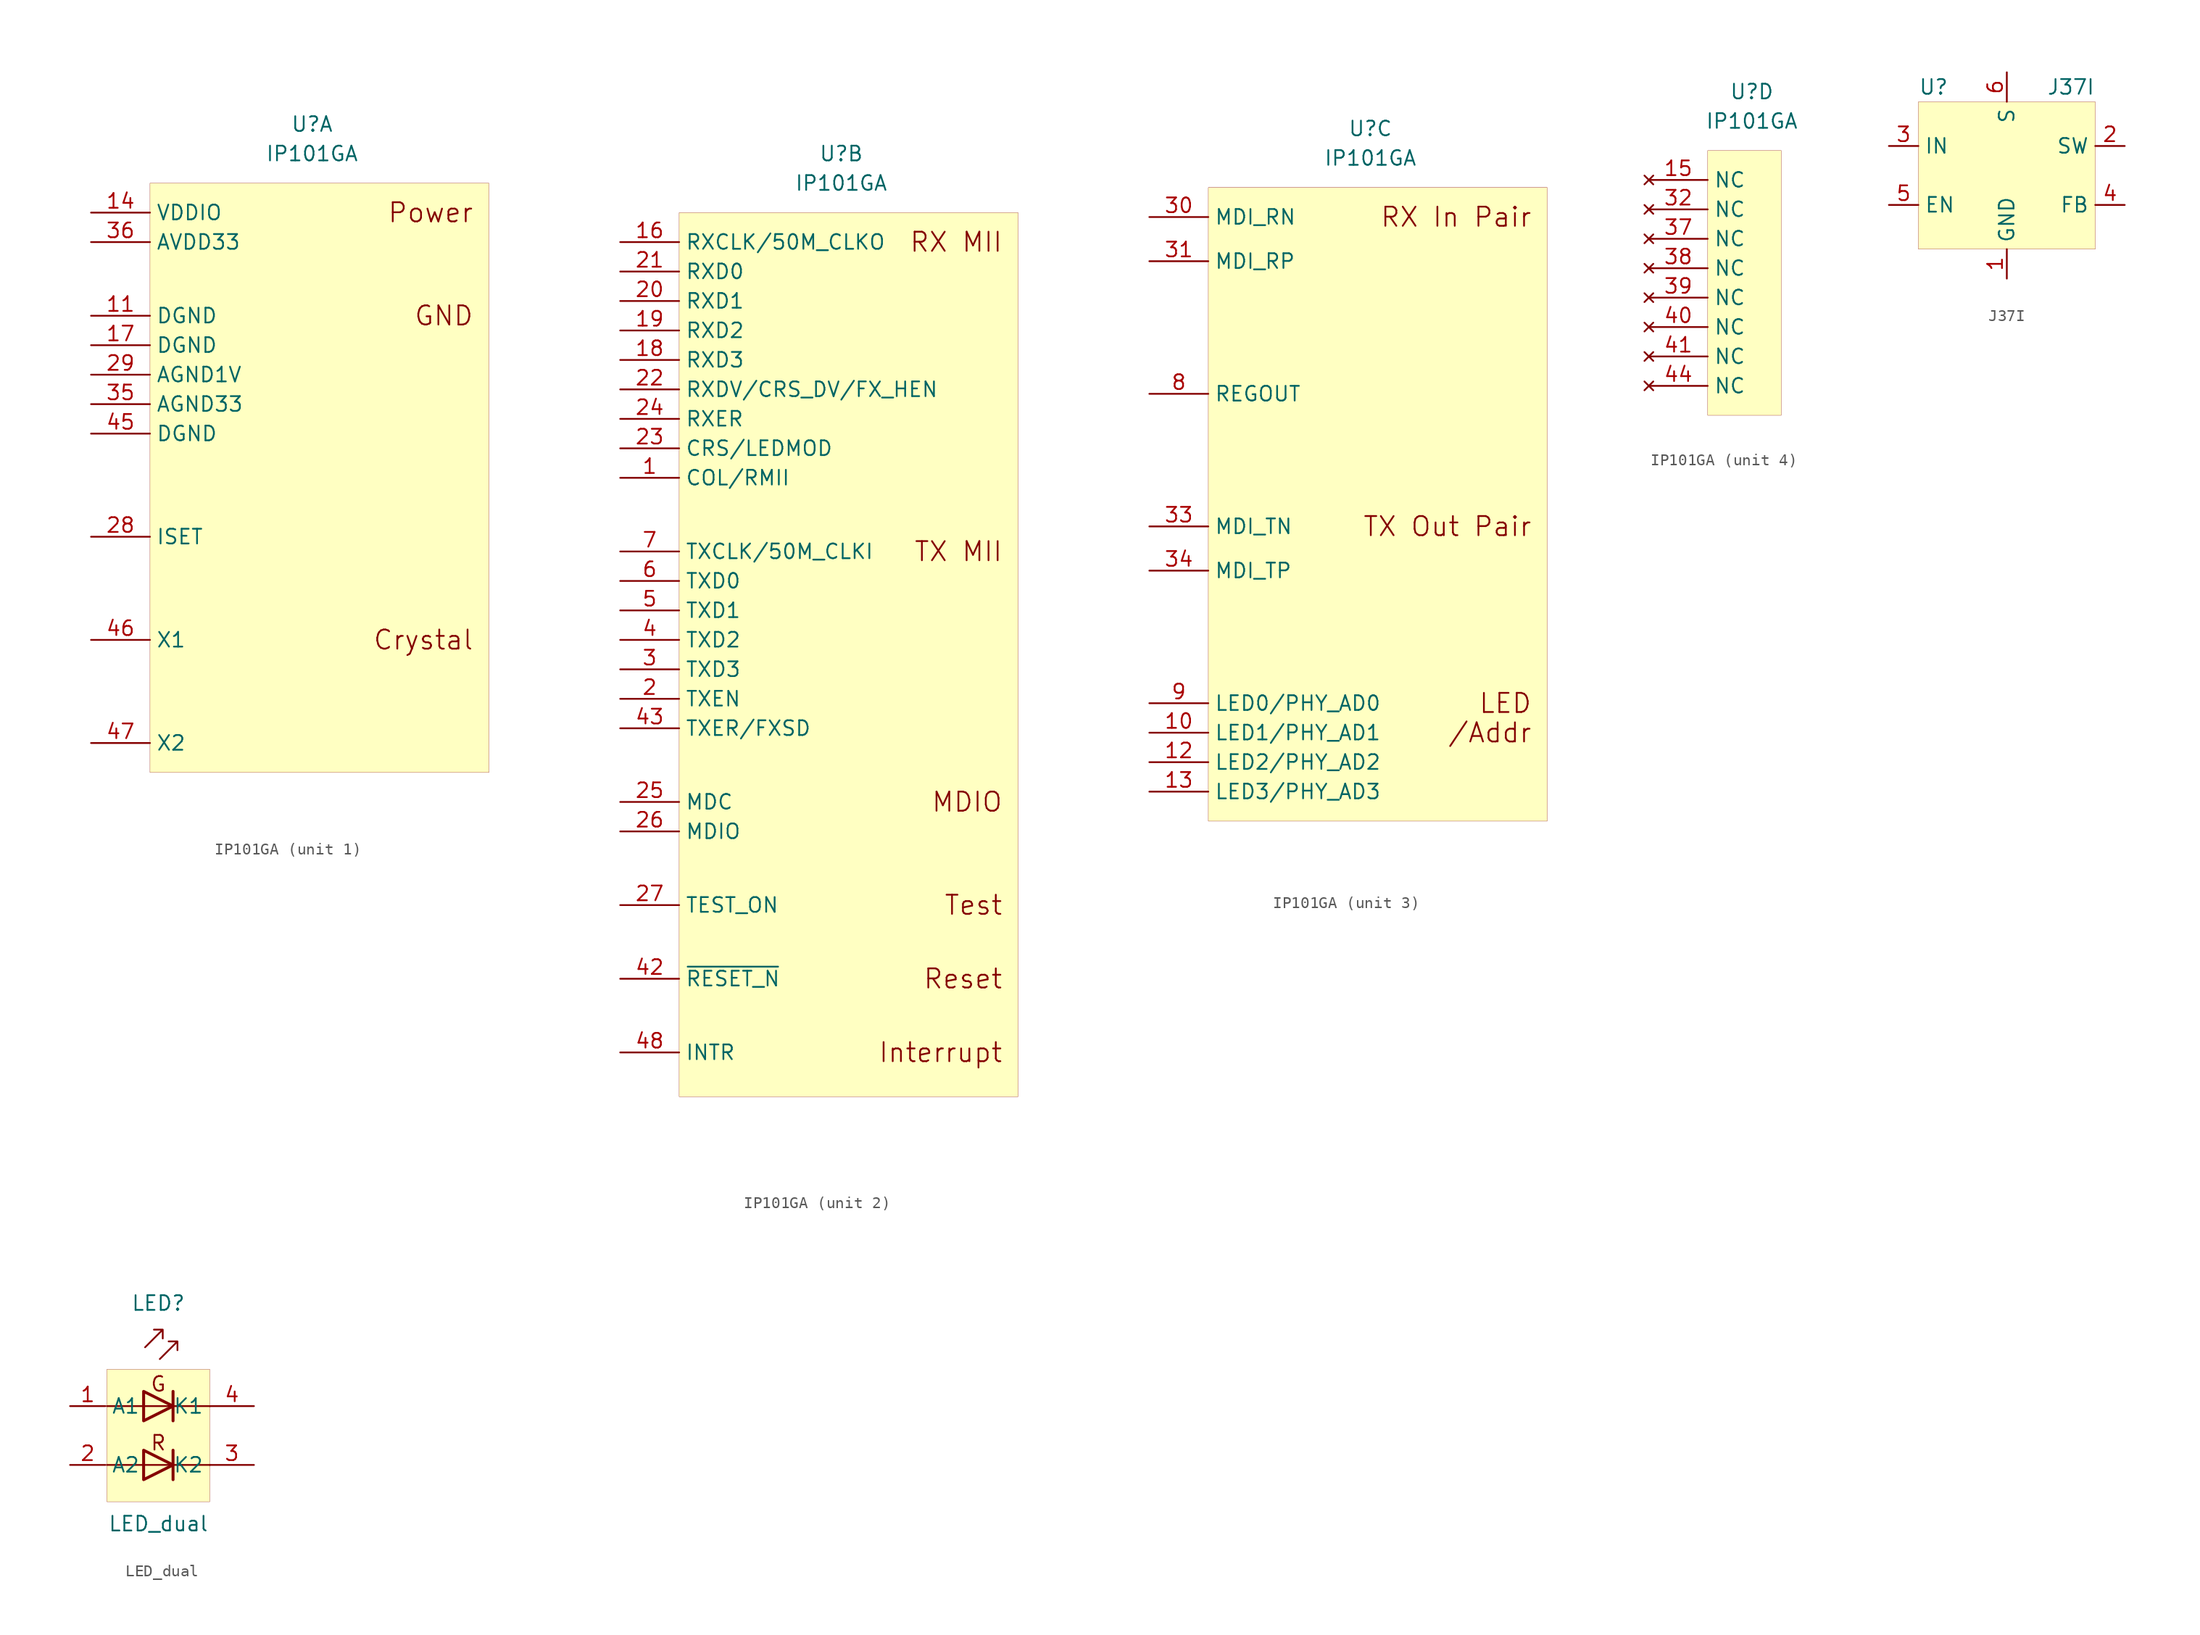
<source format=kicad_sym>
(kicad_symbol_lib
  (version 20201005)
  (generator kicad_symbol_editor)
  (symbol "ebaz4205:IP101GA"
    (property "Reference" "U"
      (at 0 41.91 0)
      (effects (font (size 1.27 1.27))))
    (property "Value" "IP101GA"
      (at 0 39.37 0)
      (effects (font (size 1.27 1.27))))
    (property "ki_locked" ""
      (at 0 0 0)
      (effects (font (size 1.27 1.27))))
    (symbol "IP101GA_1_1"
      (text "Power" (at 13.97 34.29 0) (effects (font (size 1.651 1.651)) (justify right)))
      (text "GND" (at 13.97 25.4 0) (effects (font (size 1.651 1.651)) (justify right)))
      (text "Crystal" (at 13.97 -2.54 0) (effects (font (size 1.651 1.651)) (justify right)))
      (rectangle (start -13.97 36.83) (end 15.24 -13.97) (stroke (width 0.001)) (fill (type background)))
      (pin passive line (at -19.05 25.4 0) (length 5.08) (name "DGND" (effects (font (size 1.27 1.27)))) (number "11" (effects (font (size 1.27 1.27)))))
      (pin passive line (at -19.05 34.29 0) (length 5.08) (name "VDDIO" (effects (font (size 1.27 1.27)))) (number "14" (effects (font (size 1.27 1.27)))))
      (pin passive line (at -19.05 22.86 0) (length 5.08) (name "DGND" (effects (font (size 1.27 1.27)))) (number "17" (effects (font (size 1.27 1.27)))))
      (pin passive line (at -19.05 6.35 0) (length 5.08) (name "ISET" (effects (font (size 1.27 1.27)))) (number "28" (effects (font (size 1.27 1.27)))))
      (pin passive line (at -19.05 20.32 0) (length 5.08) (name "AGND1V" (effects (font (size 1.27 1.27)))) (number "29" (effects (font (size 1.27 1.27)))))
      (pin passive line (at -19.05 17.78 0) (length 5.08) (name "AGND33" (effects (font (size 1.27 1.27)))) (number "35" (effects (font (size 1.27 1.27)))))
      (pin passive line (at -19.05 31.75 0) (length 5.08) (name "AVDD33" (effects (font (size 1.27 1.27)))) (number "36" (effects (font (size 1.27 1.27)))))
      (pin passive line (at -19.05 15.24 0) (length 5.08) (name "DGND" (effects (font (size 1.27 1.27)))) (number "45" (effects (font (size 1.27 1.27)))))
      (pin passive line (at -19.05 -2.54 0) (length 5.08) (name "X1" (effects (font (size 1.27 1.27)))) (number "46" (effects (font (size 1.27 1.27)))))
      (pin passive line (at -19.05 -11.43 0) (length 5.08) (name "X2" (effects (font (size 1.27 1.27)))) (number "47" (effects (font (size 1.27 1.27))))))
    (symbol "IP101GA_2_1"
      (text "RX MII" (at 13.97 34.29 0) (effects (font (size 1.651 1.651)) (justify right)))
      (text "MDIO" (at 13.97 -13.97 0) (effects (font (size 1.651 1.651)) (justify right)))
      (text "Test" (at 13.97 -22.86 0) (effects (font (size 1.651 1.651)) (justify right)))
      (text "Reset" (at 13.97 -29.21 0) (effects (font (size 1.651 1.651)) (justify right)))
      (text "Interrupt" (at 13.97 -35.56 0) (effects (font (size 1.651 1.651)) (justify right)))
      (text "TX MII" (at 13.97 7.62 0) (effects (font (size 1.651 1.651)) (justify right)))
      (rectangle (start -13.97 36.83) (end 15.24 -39.37) (stroke (width 0.001)) (fill (type background)))
      (pin passive line (at -19.05 7.62 0) (length 5.08) (name "TXCLK/50M_CLKI" (effects (font (size 1.27 1.27)))) (number "7" (effects (font (size 1.27 1.27)))))
      (pin passive line (at -19.05 34.29 0) (length 5.08) (name "RXCLK/50M_CLKO" (effects (font (size 1.27 1.27)))) (number "16" (effects (font (size 1.27 1.27)))))
      (pin passive line (at -19.05 13.97 0) (length 5.08) (name "COL/RMII" (effects (font (size 1.27 1.27)))) (number "1" (effects (font (size 1.27 1.27)))))
      (pin passive line (at -19.05 -5.08 0) (length 5.08) (name "TXEN" (effects (font (size 1.27 1.27)))) (number "2" (effects (font (size 1.27 1.27)))))
      (pin passive line (at -19.05 -2.54 0) (length 5.08) (name "TXD3" (effects (font (size 1.27 1.27)))) (number "3" (effects (font (size 1.27 1.27)))))
      (pin passive line (at -19.05 0 0) (length 5.08) (name "TXD2" (effects (font (size 1.27 1.27)))) (number "4" (effects (font (size 1.27 1.27)))))
      (pin passive line (at -19.05 2.54 0) (length 5.08) (name "TXD1" (effects (font (size 1.27 1.27)))) (number "5" (effects (font (size 1.27 1.27)))))
      (pin passive line (at -19.05 5.08 0) (length 5.08) (name "TXD0" (effects (font (size 1.27 1.27)))) (number "6" (effects (font (size 1.27 1.27)))))
      (pin passive line (at -19.05 24.13 0) (length 5.08) (name "RXD3" (effects (font (size 1.27 1.27)))) (number "18" (effects (font (size 1.27 1.27)))))
      (pin passive line (at -19.05 26.67 0) (length 5.08) (name "RXD2" (effects (font (size 1.27 1.27)))) (number "19" (effects (font (size 1.27 1.27)))))
      (pin passive line (at -19.05 29.21 0) (length 5.08) (name "RXD1" (effects (font (size 1.27 1.27)))) (number "20" (effects (font (size 1.27 1.27)))))
      (pin passive line (at -19.05 31.75 0) (length 5.08) (name "RXD0" (effects (font (size 1.27 1.27)))) (number "21" (effects (font (size 1.27 1.27)))))
      (pin passive line (at -19.05 21.59 0) (length 5.08) (name "RXDV/CRS_DV/FX_HEN" (effects (font (size 1.27 1.27)))) (number "22" (effects (font (size 1.27 1.27)))))
      (pin passive line (at -19.05 16.51 0) (length 5.08) (name "CRS/LEDMOD" (effects (font (size 1.27 1.27)))) (number "23" (effects (font (size 1.27 1.27)))))
      (pin passive line (at -19.05 19.05 0) (length 5.08) (name "RXER" (effects (font (size 1.27 1.27)))) (number "24" (effects (font (size 1.27 1.27)))))
      (pin passive line (at -19.05 -13.97 0) (length 5.08) (name "MDC" (effects (font (size 1.27 1.27)))) (number "25" (effects (font (size 1.27 1.27)))))
      (pin passive line (at -19.05 -16.51 0) (length 5.08) (name "MDIO" (effects (font (size 1.27 1.27)))) (number "26" (effects (font (size 1.27 1.27)))))
      (pin passive line (at -19.05 -22.86 0) (length 5.08) (name "TEST_ON" (effects (font (size 1.27 1.27)))) (number "27" (effects (font (size 1.27 1.27)))))
      (pin passive line (at -19.05 -29.21 0) (length 5.08) (name "~RESET_N" (effects (font (size 1.27 1.27)))) (number "42" (effects (font (size 1.27 1.27)))))
      (pin passive line (at -19.05 -7.62 0) (length 5.08) (name "TXER/FXSD" (effects (font (size 1.27 1.27)))) (number "43" (effects (font (size 1.27 1.27)))))
      (pin passive line (at -19.05 -35.56 0) (length 5.08) (name "INTR" (effects (font (size 1.27 1.27)))) (number "48" (effects (font (size 1.27 1.27))))))
    (symbol "IP101GA_3_1"
      (text "RX In Pair" (at 13.97 34.29 0) (effects (font (size 1.651 1.651)) (justify right)))
      (text "TX Out Pair" (at 13.97 7.62 0) (effects (font (size 1.651 1.651)) (justify right)))
      (text "LED" (at 13.97 -7.62 0) (effects (font (size 1.651 1.651)) (justify right)))
      (text "/Addr" (at 13.97 -10.16 0) (effects (font (size 1.651 1.651)) (justify right)))
      (rectangle (start -13.97 36.83) (end 15.24 -17.78) (stroke (width 0.001)) (fill (type background)))
      (pin passive line (at -19.05 19.05 0) (length 5.08) (name "REGOUT" (effects (font (size 1.27 1.27)))) (number "8" (effects (font (size 1.27 1.27)))))
      (pin passive line (at -19.05 -7.62 0) (length 5.08) (name "LED0/PHY_AD0" (effects (font (size 1.27 1.27)))) (number "9" (effects (font (size 1.27 1.27)))))
      (pin passive line (at -19.05 -10.16 0) (length 5.08) (name "LED1/PHY_AD1" (effects (font (size 1.27 1.27)))) (number "10" (effects (font (size 1.27 1.27)))))
      (pin passive line (at -19.05 -12.7 0) (length 5.08) (name "LED2/PHY_AD2" (effects (font (size 1.27 1.27)))) (number "12" (effects (font (size 1.27 1.27)))))
      (pin passive line (at -19.05 -15.24 0) (length 5.08) (name "LED3/PHY_AD3" (effects (font (size 1.27 1.27)))) (number "13" (effects (font (size 1.27 1.27)))))
      (pin passive line (at -19.05 34.29 0) (length 5.08) (name "MDI_RN" (effects (font (size 1.27 1.27)))) (number "30" (effects (font (size 1.27 1.27)))))
      (pin passive line (at -19.05 30.48 0) (length 5.08) (name "MDI_RP" (effects (font (size 1.27 1.27)))) (number "31" (effects (font (size 1.27 1.27)))))
      (pin passive line (at -19.05 7.62 0) (length 5.08) (name "MDI_TN" (effects (font (size 1.27 1.27)))) (number "33" (effects (font (size 1.27 1.27)))))
      (pin passive line (at -19.05 3.81 0) (length 5.08) (name "MDI_TP" (effects (font (size 1.27 1.27)))) (number "34" (effects (font (size 1.27 1.27))))))
    (symbol "IP101GA_4_1"
      (rectangle (start -3.81 36.83) (end 2.54 13.97) (stroke (width 0.001)) (fill (type background)))
      (pin unconnected line (at -8.89 34.29 0) (length 5.08) (name "NC" (effects (font (size 1.27 1.27)))) (number "15" (effects (font (size 1.27 1.27)))))
      (pin unconnected line (at -8.89 31.75 0) (length 5.08) (name "NC" (effects (font (size 1.27 1.27)))) (number "32" (effects (font (size 1.27 1.27)))))
      (pin unconnected line (at -8.89 29.21 0) (length 5.08) (name "NC" (effects (font (size 1.27 1.27)))) (number "37" (effects (font (size 1.27 1.27)))))
      (pin unconnected line (at -8.89 26.67 0) (length 5.08) (name "NC" (effects (font (size 1.27 1.27)))) (number "38" (effects (font (size 1.27 1.27)))))
      (pin unconnected line (at -8.89 24.13 0) (length 5.08) (name "NC" (effects (font (size 1.27 1.27)))) (number "39" (effects (font (size 1.27 1.27)))))
      (pin unconnected line (at -8.89 21.59 0) (length 5.08) (name "NC" (effects (font (size 1.27 1.27)))) (number "40" (effects (font (size 1.27 1.27)))))
      (pin unconnected line (at -8.89 19.05 0) (length 5.08) (name "NC" (effects (font (size 1.27 1.27)))) (number "41" (effects (font (size 1.27 1.27)))))
      (pin unconnected line (at -8.89 16.51 0) (length 5.08) (name "NC" (effects (font (size 1.27 1.27)))) (number "44" (effects (font (size 1.27 1.27)))))))
  (symbol "ebaz4205:J37I"
    (property "Reference" "U"
      (at -7.62 10.16 0)
      (effects (font (size 1.27 1.27)) (justify left)))
    (property "Value" "J37I"
      (at 7.62 10.16 0)
      (effects (font (size 1.27 1.27)) (justify right)))
    (symbol "J37I_0_1"
      (rectangle (start -7.62 8.89) (end 7.62 -3.81) (stroke (width 0.001)) (fill (type background))))
    (symbol "J37I_1_1"
      (pin power_in line (at 0 -6.35 90) (length 2.54) (name "GND" (effects (font (size 1.27 1.27)))) (number "1" (effects (font (size 1.27 1.27)))))
      (pin unspecified line (at 10.16 5.08 180) (length 2.54) (name "SW" (effects (font (size 1.27 1.27)))) (number "2" (effects (font (size 1.27 1.27)))))
      (pin unspecified line (at 10.16 0 180) (length 2.54) (name "FB" (effects (font (size 1.27 1.27)))) (number "4" (effects (font (size 1.27 1.27)))))
      (pin unspecified line (at 0 11.43 270) (length 2.54) (name "S" (effects (font (size 1.27 1.27)))) (number "6" (effects (font (size 1.27 1.27)))))
      (pin power_in line (at -10.16 5.08 0) (length 2.54) (name "IN" (effects (font (size 1.27 1.27)))) (number "3" (effects (font (size 1.27 1.27)))))
      (pin input line (at -10.16 0 0) (length 2.54) (name "EN" (effects (font (size 1.27 1.27)))) (number "5" (effects (font (size 1.27 1.27)))))))
  (symbol "ebaz4205:LED_dual"
    (property "Reference" "LED"
      (at 0 11.43 0)
      (effects (font (size 1.27 1.27))))
    (property "Value" "LED_dual"
      (at 0 -7.62 0)
      (effects (font (size 1.27 1.27))))
    (symbol "LED_dual_0_0"
      (text "G" (at 0 4.445 0) (effects (font (size 1.27 1.27))))
      (text "R" (at 0 -0.635 0) (effects (font (size 1.27 1.27)))))
    (symbol "LED_dual_0_1"
      (rectangle (start -4.445 5.715) (end 4.445 -5.715) (stroke (width 0.001)) (fill (type background)))
      (polyline (pts (xy -4.445 -2.54) (xy 2.032 -2.54)) (stroke (width 0)) (fill (type none)))
      (polyline (pts (xy -4.445 2.54) (xy 2.032 2.54)) (stroke (width 0)) (fill (type none)))
      (polyline (pts (xy 1.27 -1.27) (xy 1.27 -3.81)) (stroke (width 0.254)) (fill (type none)))
      (polyline (pts (xy 1.27 3.81) (xy 1.27 1.27)) (stroke (width 0.254)) (fill (type none)))
      (polyline (pts (xy 4.445 -2.54) (xy 1.905 -2.54)) (stroke (width 0)) (fill (type none)))
      (polyline (pts (xy 4.445 2.54) (xy 1.905 2.54)) (stroke (width 0)) (fill (type none)))
      (polyline (pts (xy -1.27 -1.27) (xy -1.27 -3.81) (xy 1.27 -2.54) (xy -1.27 -1.27)) (stroke (width 0.254)) (fill (type none)))
      (polyline (pts (xy -1.27 3.81) (xy -1.27 1.27) (xy 1.27 2.54) (xy -1.27 3.81)) (stroke (width 0.254)) (fill (type none)))
      (polyline (pts (xy -1.143 7.62) (xy 0.381 9.144) (xy -0.381 9.144) (xy 0.381 9.144) (xy 0.381 8.382)) (stroke (width 0)) (fill (type none)))
      (polyline (pts (xy 0.127 6.604) (xy 1.651 8.128) (xy 0.889 8.128) (xy 1.651 8.128) (xy 1.651 7.366)) (stroke (width 0)) (fill (type none))))
    (symbol "LED_dual_1_1"
      (pin input line (at -7.62 2.54 0) (length 3.048) (name "A1" (effects (font (size 1.27 1.27)))) (number "1" (effects (font (size 1.27 1.27)))))
      (pin input line (at -7.62 -2.54 0) (length 3.048) (name "A2" (effects (font (size 1.27 1.27)))) (number "2" (effects (font (size 1.27 1.27)))))
      (pin input line (at 8.255 2.54 180) (length 3.81) (name "K1" (effects (font (size 1.27 1.27)))) (number "4" (effects (font (size 1.27 1.27)))))
      (pin input line (at 8.255 -2.54 180) (length 3.81) (name "K2" (effects (font (size 1.27 1.27)))) (number "3" (effects (font (size 1.27 1.27))))))))
</source>
